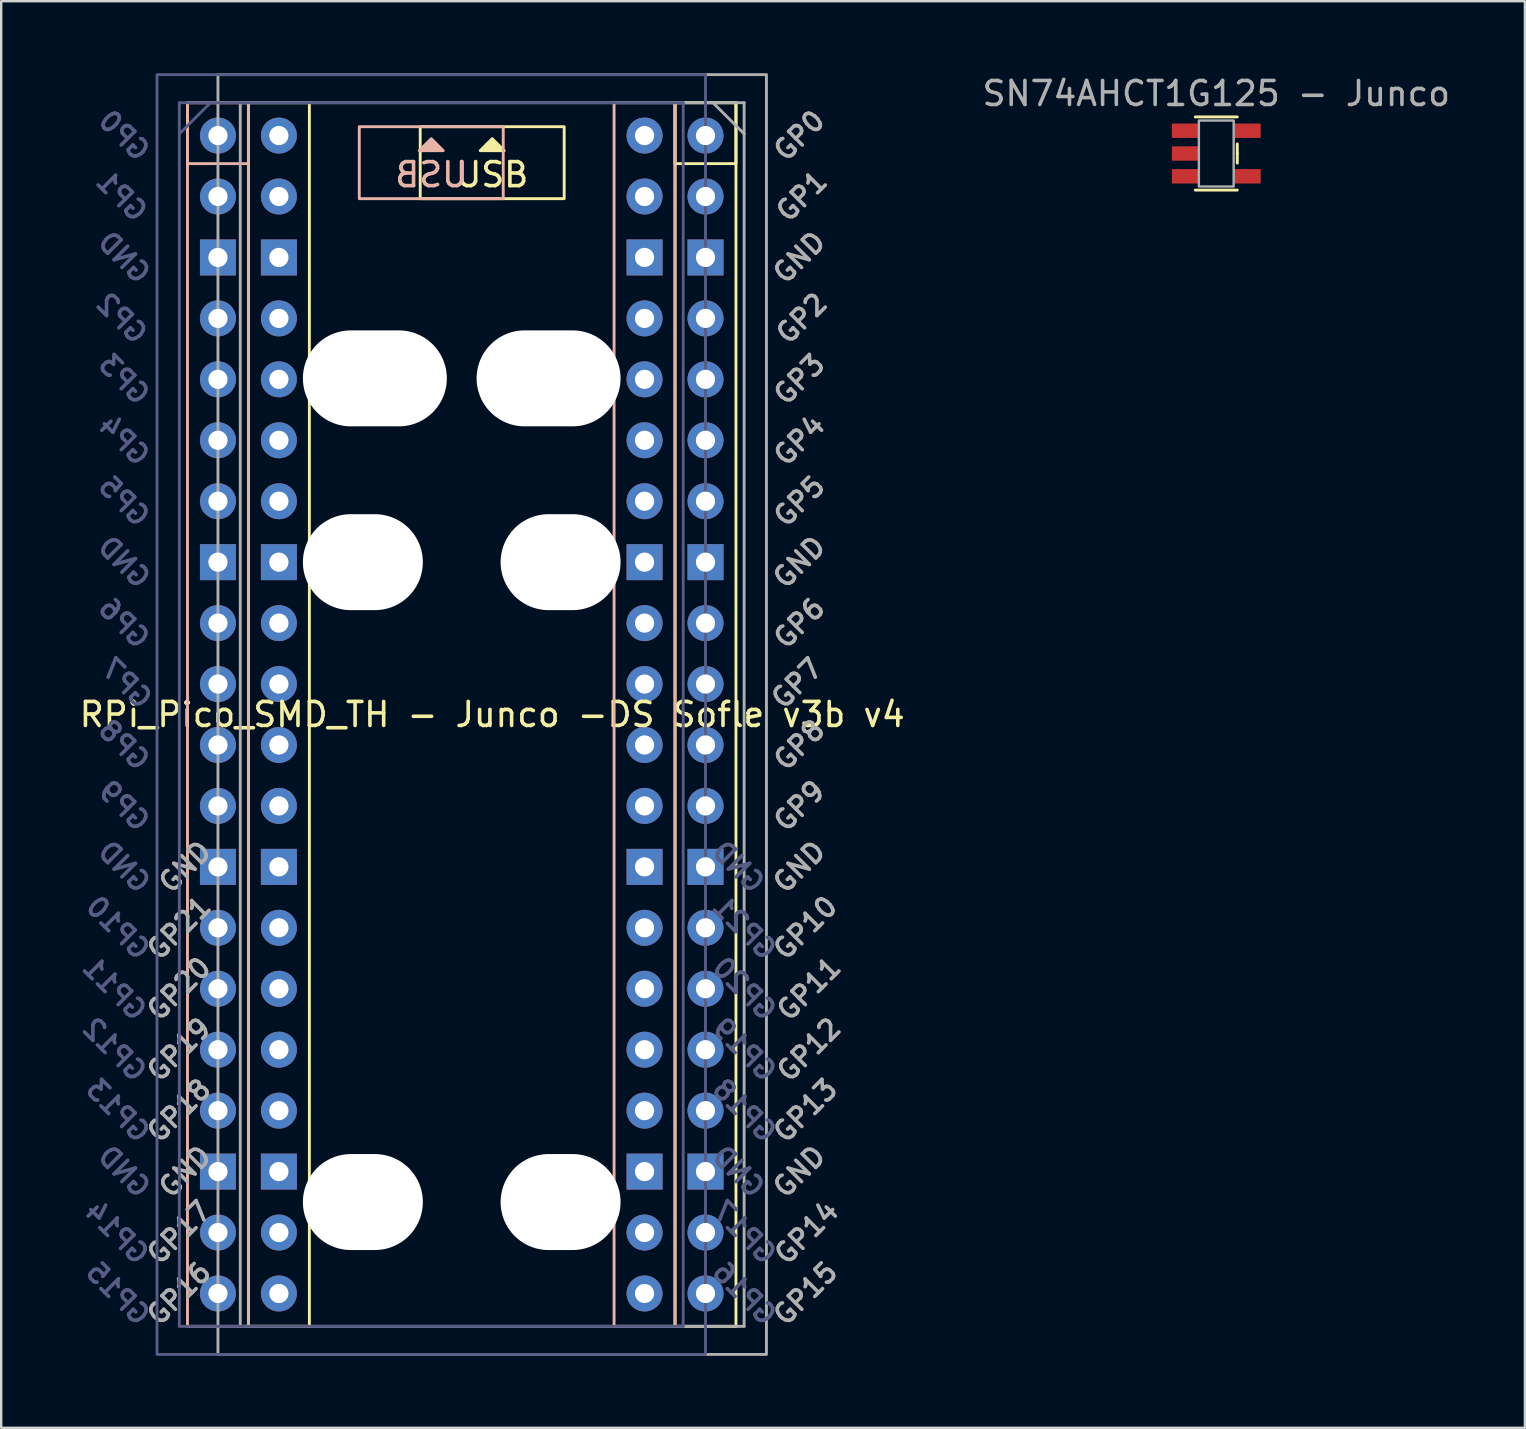
<source format=kicad_pcb>
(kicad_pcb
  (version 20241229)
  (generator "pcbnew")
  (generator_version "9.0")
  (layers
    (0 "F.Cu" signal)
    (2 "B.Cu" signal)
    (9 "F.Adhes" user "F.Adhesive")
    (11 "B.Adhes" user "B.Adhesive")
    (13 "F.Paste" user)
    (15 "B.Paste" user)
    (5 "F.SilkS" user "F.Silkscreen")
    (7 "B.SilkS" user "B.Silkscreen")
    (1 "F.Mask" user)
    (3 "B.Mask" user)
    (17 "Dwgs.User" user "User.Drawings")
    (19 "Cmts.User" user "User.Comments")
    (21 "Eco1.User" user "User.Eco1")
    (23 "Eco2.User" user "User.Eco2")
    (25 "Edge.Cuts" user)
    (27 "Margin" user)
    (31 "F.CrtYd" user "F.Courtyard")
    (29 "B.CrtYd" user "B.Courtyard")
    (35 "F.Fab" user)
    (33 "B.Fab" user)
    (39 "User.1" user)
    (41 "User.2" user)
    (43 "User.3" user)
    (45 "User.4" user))
  (footprint "RPi_Pico_SMD_TH - Junco -DS Sofle v3b v4"
    (layer "F.Cu")
    (at 16.194 26.73)
    (property "Reference" "RPi_Pico_SMD_TH - Junco -DS Sofle v3b v4" (at 1.27 0 0) (layer "F.SilkS") (effects (font (size 1 1) (thickness 0.15))))
    (attr through_hole)
    (fp_rect (start -6.35 -25.5) (end -8.89 25.5) (stroke (width 0.12) (type default)) (fill no) (layer "F.SilkS"))
    (fp_rect (start 4.27 -24.5) (end -1.73 -21.5) (stroke (width 0.12) (type solid)) (fill no) (layer "F.SilkS"))
    (fp_rect (start 11.43 -25.5) (end 8.89 -22.96) (stroke (width 0.12) (type default)) (fill no) (layer "F.SilkS"))
    (fp_rect (start 11.43 -25.5) (end 8.89 25.5) (stroke (width 0.12) (type default)) (fill no) (layer "F.SilkS"))
    (fp_poly (pts (xy 0.77 -23.5) (xy 1.77 -23.5) (xy 1.27 -24)) (stroke (width 0.12) (type solid)) (fill yes) (layer "F.SilkS"))
    (fp_rect (start -11.43 -25.5) (end -8.89 -22.96) (stroke (width 0.12) (type default)) (fill no) (layer "B.SilkS"))
    (fp_rect (start -11.43 -25.5) (end -8.89 25.5) (stroke (width 0.12) (type default)) (fill no) (layer "B.SilkS"))
    (fp_rect (start -4.27 -24.5) (end 1.73 -21.5) (stroke (width 0.12) (type solid)) (fill no) (layer "B.SilkS"))
    (fp_rect (start 6.35 -25.5) (end 8.89 25.5) (stroke (width 0.12) (type default)) (fill no) (layer "B.SilkS"))
    (fp_poly (pts (xy -0.77 -23.5) (xy -1.77 -23.5) (xy -1.27 -24)) (stroke (width 0.12) (type solid)) (fill yes) (layer "B.SilkS"))
    (fp_line (start -11.77 -25.5) (end 9.23 -25.5) (stroke (width 0.12) (type solid)) (layer "B.Fab"))
    (fp_line (start -11.77 -24.2) (end -10.47 -25.5) (stroke (width 0.12) (type solid)) (layer "B.Fab"))
    (fp_line (start -11.77 25.5) (end -11.77 -25.5) (stroke (width 0.12) (type solid)) (layer "B.Fab"))
    (fp_line (start 9.23 -25.5) (end 9.23 25.5) (stroke (width 0.12) (type solid)) (layer "B.Fab"))
    (fp_line (start 9.23 25.5) (end -11.77 25.5) (stroke (width 0.12) (type solid)) (layer "B.Fab"))
    (fp_rect (start -12.7 -26.67) (end 10.16 26.67) (stroke (width 0.12) (type solid)) (fill no) (layer "B.Fab"))
    (fp_line (start -9.23 -25.5) (end -9.23 25.5) (stroke (width 0.12) (type solid)) (layer "F.Fab"))
    (fp_line (start -9.23 25.5) (end 11.77 25.5) (stroke (width 0.12) (type solid)) (layer "F.Fab"))
    (fp_line (start 11.77 -25.5) (end -9.23 -25.5) (stroke (width 0.12) (type solid)) (layer "F.Fab"))
    (fp_line (start 11.77 -24.2) (end 10.47 -25.5) (stroke (width 0.12) (type solid)) (layer "F.Fab"))
    (fp_line (start 11.77 25.5) (end 11.77 -25.5) (stroke (width 0.12) (type solid)) (layer "F.Fab"))
    (fp_rect (start 12.7 -26.67) (end -10.16 26.67) (stroke (width 0.12) (type solid)) (fill no) (layer "F.Fab"))
    (fp_text user "USB" (at 1.27 -22.5 0) (unlocked yes) (layer "F.SilkS") (effects (font (size 1 1) (thickness 0.15))))
    (fp_text user "USB" (at -1.27 -22.5 0) (unlocked yes) (layer "B.SilkS") (effects (font (size 1 1) (thickness 0.15)) (justify mirror)))
    (fp_text user "GP10" (at -14.324 8.89 315) (layer "B.Fab") (effects (font (size 0.8 0.8) (thickness 0.15)) (justify mirror)))
    (fp_text user "GP3" (at -14.07 -13.97 315) (layer "B.Fab") (effects (font (size 0.8 0.8) (thickness 0.15)) (justify mirror)))
    (fp_text user "GP4" (at -14.07 -11.43 315) (layer "B.Fab") (effects (font (size 0.8 0.8) (thickness 0.15)) (justify mirror)))
    (fp_text user "GND" (at -14.07 -6.35 315) (layer "B.Fab") (effects (font (size 0.8 0.8) (thickness 0.15)) (justify mirror)))
    (fp_text user "GP21" (at 11.784 8.9 315) (layer "B.Fab") (effects (font (size 0.8 0.8) (thickness 0.15)) (justify mirror)))
    (fp_text user "GP6" (at -14.07 -3.81 315) (layer "B.Fab") (effects (font (size 0.8 0.8) (thickness 0.15)) (justify mirror)))
    (fp_text user "GP13" (at -14.324 16.51 315) (layer "B.Fab") (effects (font (size 0.8 0.8) (thickness 0.15)) (justify mirror)))
    (fp_text user "GP16" (at 11.784 24.13 315) (layer "B.Fab") (effects (font (size 0.8 0.8) (thickness 0.15)) (justify mirror)))
    (fp_text user "GND" (at 11.53 6.35 315) (layer "B.Fab") (effects (font (size 0.8 0.8) (thickness 0.15)) (justify mirror)))
    (fp_text user "GP14" (at -14.37 21.59 315) (layer "B.Fab") (effects (font (size 0.8 0.8) (thickness 0.15)) (justify mirror)))
    (fp_text user "GP2" (at -14.17 -16.51 315) (layer "B.Fab") (effects (font (size 0.8 0.8) (thickness 0.15)) (justify mirror)))
    (fp_text user "GP7" (at -13.97 -1.3 315) (layer "B.Fab") (effects (font (size 0.8 0.8) (thickness 0.15)) (justify mirror)))
    (fp_text user "GP18" (at 11.784 16.51 315) (layer "B.Fab") (effects (font (size 0.8 0.8) (thickness 0.15)) (justify mirror)))
    (fp_text user "GP8" (at -14.07 1.27 315) (layer "B.Fab") (effects (font (size 0.8 0.8) (thickness 0.15)) (justify mirror)))
    (fp_text user "GP12" (at -14.47 13.97 315) (layer "B.Fab") (effects (font (size 0.8 0.8) (thickness 0.15)) (justify mirror)))
    (fp_text user "GND" (at -14.07 -19.05 315) (layer "B.Fab") (effects (font (size 0.8 0.8) (thickness 0.15)) (justify mirror)))
    (fp_text user "GP15" (at -14.324 24.13 315) (layer "B.Fab") (effects (font (size 0.8 0.8) (thickness 0.15)) (justify mirror)))
    (fp_text user "GND" (at 11.53 19.05 315) (layer "B.Fab") (effects (font (size 0.8 0.8) (thickness 0.15)) (justify mirror)))
    (fp_text user "GP0" (at -14.07 -24.13 315) (layer "B.Fab") (effects (font (size 0.8 0.8) (thickness 0.15)) (justify mirror)))
    (fp_text user "GP9" (at -14.07 3.81 315) (layer "B.Fab") (effects (font (size 0.8 0.8) (thickness 0.15)) (justify mirror)))
    (fp_text user "GND" (at -14.07 6.35 315) (layer "B.Fab") (effects (font (size 0.8 0.8) (thickness 0.15)) (justify mirror)))
    (fp_text user "GP5" (at -14.07 -8.89 315) (layer "B.Fab") (effects (font (size 0.8 0.8) (thickness 0.15)) (justify mirror)))
    (fp_text user "GND" (at -14.07 19.05 315) (layer "B.Fab") (effects (font (size 0.8 0.8) (thickness 0.15)) (justify mirror)))
    (fp_text user "GP11" (at -14.47 11.43 315) (layer "B.Fab") (effects (font (size 0.8 0.8) (thickness 0.15)) (justify mirror)))
    (fp_text user "GP1" (at -14.17 -21.6 315) (layer "B.Fab") (effects (font (size 0.8 0.8) (thickness 0.15)) (justify mirror)))
    (fp_text user "GP20" (at 11.784 11.43 315) (layer "B.Fab") (effects (font (size 0.8 0.8) (thickness 0.15)) (justify mirror)))
    (fp_text user "GP17" (at 11.784 21.59 315) (layer "B.Fab") (effects (font (size 0.8 0.8) (thickness 0.15)) (justify mirror)))
    (fp_text user "GP19" (at 11.784 13.97 315) (layer "B.Fab") (effects (font (size 0.8 0.8) (thickness 0.15)) (justify mirror)))
    (fp_text user "GP1" (at 14.17 -21.6 45) (layer "F.Fab") (effects (font (size 0.8 0.8) (thickness 0.15))))
    (fp_text user "GND" (at 14.07 19.05 45) (layer "F.Fab") (effects (font (size 0.8 0.8) (thickness 0.15))))
    (fp_text user "GP3" (at 14.07 -13.97 45) (layer "F.Fab") (effects (font (size 0.8 0.8) (thickness 0.15))))
    (fp_text user "GP7" (at 13.97 -1.3 45) (layer "F.Fab") (effects (font (size 0.8 0.8) (thickness 0.15))))
    (fp_text user "GP9" (at 14.07 3.81 45) (layer "F.Fab") (effects (font (size 0.8 0.8) (thickness 0.15))))
    (fp_text user "GP11" (at 14.47 11.43 45) (layer "F.Fab") (effects (font (size 0.8 0.8) (thickness 0.15))))
    (fp_text user "GP14" (at 14.37 21.59 45) (layer "F.Fab") (effects (font (size 0.8 0.8) (thickness 0.15))))
    (fp_text user "GND" (at -11.53 19.05 45) (layer "F.Fab") (effects (font (size 0.8 0.8) (thickness 0.15))))
    (fp_text user "GP10" (at 14.324 8.89 45) (layer "F.Fab") (effects (font (size 0.8 0.8) (thickness 0.15))))
    (fp_text user "GP4" (at 14.07 -11.43 45) (layer "F.Fab") (effects (font (size 0.8 0.8) (thickness 0.15))))
    (fp_text user "GP19" (at -11.784 13.97 45) (layer "F.Fab") (effects (font (size 0.8 0.8) (thickness 0.15))))
    (fp_text user "GP6" (at 14.07 -3.81 45) (layer "F.Fab") (effects (font (size 0.8 0.8) (thickness 0.15))))
    (fp_text user "GP16" (at -11.784 24.13 45) (layer "F.Fab") (effects (font (size 0.8 0.8) (thickness 0.15))))
    (fp_text user "GND" (at 14.07 -19.05 45) (layer "F.Fab") (effects (font (size 0.8 0.8) (thickness 0.15))))
    (fp_text user "GND" (at 14.07 6.35 45) (layer "F.Fab") (effects (font (size 0.8 0.8) (thickness 0.15))))
    (fp_text user "GP21" (at -11.784 8.9 45) (layer "F.Fab") (effects (font (size 0.8 0.8) (thickness 0.15))))
    (fp_text user "GP2" (at 14.17 -16.51 45) (layer "F.Fab") (effects (font (size 0.8 0.8) (thickness 0.15))))
    (fp_text user "GP8" (at 14.07 1.27 45) (layer "F.Fab") (effects (font (size 0.8 0.8) (thickness 0.15))))
    (fp_text user "GP13" (at 14.324 16.51 45) (layer "F.Fab") (effects (font (size 0.8 0.8) (thickness 0.15))))
    (fp_text user "GND" (at 14.07 -6.35 45) (layer "F.Fab") (effects (font (size 0.8 0.8) (thickness 0.15))))
    (fp_text user "GP5" (at 14.07 -8.89 45) (layer "F.Fab") (effects (font (size 0.8 0.8) (thickness 0.15))))
    (fp_text user "GP20" (at -11.784 11.43 45) (layer "F.Fab") (effects (font (size 0.8 0.8) (thickness 0.15))))
    (fp_text user "GP18" (at -11.784 16.51 45) (layer "F.Fab") (effects (font (size 0.8 0.8) (thickness 0.15))))
    (fp_text user "GP15" (at 14.324 24.13 45) (layer "F.Fab") (effects (font (size 0.8 0.8) (thickness 0.15))))
    (fp_text user "GND" (at -11.53 6.35 45) (layer "F.Fab") (effects (font (size 0.8 0.8) (thickness 0.15))))
    (fp_text user "GP17" (at -11.784 21.59 45) (layer "F.Fab") (effects (font (size 0.8 0.8) (thickness 0.15))))
    (fp_text user "GP0" (at 14.07 -24.13 45) (layer "F.Fab") (effects (font (size 0.8 0.8) (thickness 0.15))))
    (fp_text user "GP12" (at 14.47 13.97 45) (layer "F.Fab") (effects (font (size 0.8 0.8) (thickness 0.15))))
    (pad "" np_thru_hole oval (at -4.12 -6.35) (size 5 4) (drill oval 5 4) (layers "*.Cu" "*.Mask"))
    (pad "" np_thru_hole oval (at -4.12 20.32) (size 5 4) (drill oval 5 4) (layers "*.Cu" "*.Mask"))
    (pad "" np_thru_hole oval (at -3.62 -14.01) (size 6 4) (drill oval 6 4) (layers "*.Cu" "*.Mask"))
    (pad "" np_thru_hole oval (at 3.62 -14.01) (size 6 4) (drill oval 6 4) (layers "*.Cu" "*.Mask"))
    (pad "" np_thru_hole oval (at 4.12 -6.35) (size 5 4) (drill oval 5 4) (layers "*.Cu" "*.Mask"))
    (pad "" np_thru_hole oval (at 4.12 20.32) (size 5 4) (drill oval 5 4) (layers "*.Cu" "*.Mask"))
    (pad "1" thru_hole circle (at -10.16 -24.13) (size 1.5 1.5) (drill 0.8) (layers "*.Cu" "F.Mask"))
    (pad "1" thru_hole circle (at 10.16 -24.13) (size 1.5 1.5) (drill 0.8) (layers "*.Cu" "B.Mask"))
    (pad "2" thru_hole circle (at -10.16 -21.59) (size 1.5 1.5) (drill 0.8) (layers "*.Cu" "F.Mask"))
    (pad "2" thru_hole circle (at 10.16 -21.59) (size 1.5 1.5) (drill 0.8) (layers "*.Cu" "B.Mask"))
    (pad "3" thru_hole rect (at -10.16 -19.05) (size 1.5 1.5) (drill 0.8) (layers "*.Cu" "F.Mask"))
    (pad "3" thru_hole rect (at 10.16 -19.05) (size 1.5 1.5) (drill 0.8) (layers "*.Cu" "B.Mask"))
    (pad "4" thru_hole circle (at -10.16 -16.51) (size 1.5 1.5) (drill 0.8) (layers "*.Cu" "F.Mask"))
    (pad "4" thru_hole circle (at 10.16 -16.51) (size 1.5 1.5) (drill 0.8) (layers "*.Cu" "B.Mask"))
    (pad "5" thru_hole circle (at -10.16 -13.97) (size 1.5 1.5) (drill 0.8) (layers "*.Cu" "F.Mask"))
    (pad "5" thru_hole circle (at 10.16 -13.97) (size 1.5 1.5) (drill 0.8) (layers "*.Cu" "B.Mask"))
    (pad "6" thru_hole circle (at -10.16 -11.43) (size 1.5 1.5) (drill 0.8) (layers "*.Cu" "F.Mask"))
    (pad "6" thru_hole circle (at 10.16 -11.43) (size 1.5 1.5) (drill 0.8) (layers "*.Cu" "B.Mask"))
    (pad "7" thru_hole circle (at -10.16 -8.89) (size 1.5 1.5) (drill 0.8) (layers "*.Cu" "F.Mask"))
    (pad "7" thru_hole circle (at 10.16 -8.89) (size 1.5 1.5) (drill 0.8) (layers "*.Cu" "B.Mask"))
    (pad "8" thru_hole rect (at -10.16 -6.35) (size 1.5 1.5) (drill 0.8) (layers "*.Cu" "F.Mask"))
    (pad "8" thru_hole rect (at 10.16 -6.35) (size 1.5 1.5) (drill 0.8) (layers "*.Cu" "B.Mask"))
    (pad "9" thru_hole circle (at -10.16 -3.81) (size 1.5 1.5) (drill 0.8) (layers "*.Cu" "F.Mask"))
    (pad "9" thru_hole circle (at 10.16 -3.81) (size 1.5 1.5) (drill 0.8) (layers "*.Cu" "B.Mask"))
    (pad "10" thru_hole circle (at -10.16 -1.27) (size 1.5 1.5) (drill 0.8) (layers "*.Cu" "F.Mask"))
    (pad "10" thru_hole circle (at 10.16 -1.27) (size 1.5 1.5) (drill 0.8) (layers "*.Cu" "B.Mask"))
    (pad "11" thru_hole circle (at -10.16 1.27) (size 1.5 1.5) (drill 0.8) (layers "*.Cu" "F.Mask"))
    (pad "11" thru_hole circle (at 10.16 1.27) (size 1.5 1.5) (drill 0.8) (layers "*.Cu" "B.Mask"))
    (pad "12" thru_hole circle (at -10.16 3.81) (size 1.5 1.5) (drill 0.8) (layers "*.Cu" "F.Mask"))
    (pad "12" thru_hole circle (at 10.16 3.81) (size 1.5 1.5) (drill 0.8) (layers "*.Cu" "B.Mask"))
    (pad "13" thru_hole rect (at -10.16 6.35) (size 1.5 1.5) (drill 0.8) (layers "*.Cu" "F.Mask"))
    (pad "13" thru_hole rect (at 10.16 6.35) (size 1.5 1.5) (drill 0.8) (layers "*.Cu" "B.Mask"))
    (pad "14" thru_hole circle (at -10.16 8.89) (size 1.5 1.5) (drill 0.8) (layers "*.Cu" "F.Mask"))
    (pad "14" thru_hole circle (at 10.16 8.89) (size 1.5 1.5) (drill 0.8) (layers "*.Cu" "B.Mask"))
    (pad "15" thru_hole circle (at -10.16 11.43) (size 1.5 1.5) (drill 0.8) (layers "*.Cu" "F.Mask"))
    (pad "15" thru_hole circle (at 10.16 11.43) (size 1.5 1.5) (drill 0.8) (layers "*.Cu" "B.Mask"))
    (pad "16" thru_hole circle (at -10.16 13.97) (size 1.5 1.5) (drill 0.8) (layers "*.Cu" "F.Mask"))
    (pad "16" thru_hole circle (at 10.16 13.97) (size 1.5 1.5) (drill 0.8) (layers "*.Cu" "B.Mask"))
    (pad "17" thru_hole circle (at -10.16 16.51) (size 1.5 1.5) (drill 0.8) (layers "*.Cu" "F.Mask"))
    (pad "17" thru_hole circle (at 10.16 16.51) (size 1.5 1.5) (drill 0.8) (layers "*.Cu" "B.Mask"))
    (pad "18" thru_hole rect (at -10.16 19.05) (size 1.5 1.5) (drill 0.8) (layers "*.Cu" "F.Mask"))
    (pad "18" thru_hole rect (at 10.16 19.05) (size 1.5 1.5) (drill 0.8) (layers "*.Cu" "B.Mask"))
    (pad "19" thru_hole circle (at -10.16 21.59) (size 1.5 1.5) (drill 0.8) (layers "*.Cu" "F.Mask"))
    (pad "19" thru_hole circle (at 10.16 21.59) (size 1.5 1.5) (drill 0.8) (layers "*.Cu" "B.Mask"))
    (pad "20" thru_hole circle (at -10.16 24.13) (size 1.5 1.5) (drill 0.8) (layers "*.Cu" "F.Mask"))
    (pad "20" thru_hole circle (at 10.16 24.13) (size 1.5 1.5) (drill 0.8) (layers "*.Cu" "B.Mask"))
    (pad "21" thru_hole circle (at -7.62 24.13) (size 1.5 1.5) (drill 0.8) (layers "*.Cu" "B.Mask"))
    (pad "21" thru_hole circle (at 7.62 24.13) (size 1.5 1.5) (drill 0.8) (layers "*.Cu" "F.Mask"))
    (pad "22" thru_hole circle (at -7.62 21.59) (size 1.5 1.5) (drill 0.8) (layers "*.Cu" "B.Mask"))
    (pad "22" thru_hole circle (at 7.62 21.59) (size 1.5 1.5) (drill 0.8) (layers "*.Cu" "F.Mask"))
    (pad "23" thru_hole rect (at -7.62 19.05) (size 1.5 1.5) (drill 0.8) (layers "*.Cu" "B.Mask"))
    (pad "23" thru_hole rect (at 7.62 19.05) (size 1.5 1.5) (drill 0.8) (layers "*.Cu" "F.Mask"))
    (pad "24" thru_hole circle (at -7.62 16.51) (size 1.5 1.5) (drill 0.8) (layers "*.Cu" "B.Mask"))
    (pad "24" thru_hole circle (at 7.62 16.51) (size 1.5 1.5) (drill 0.8) (layers "*.Cu" "F.Mask"))
    (pad "25" thru_hole circle (at -7.62 13.97) (size 1.5 1.5) (drill 0.8) (layers "*.Cu" "B.Mask"))
    (pad "25" thru_hole circle (at 7.62 13.97) (size 1.5 1.5) (drill 0.8) (layers "*.Cu" "F.Mask"))
    (pad "26" thru_hole circle (at -7.62 11.43) (size 1.5 1.5) (drill 0.8) (layers "*.Cu" "B.Mask"))
    (pad "26" thru_hole circle (at 7.62 11.43) (size 1.5 1.5) (drill 0.8) (layers "*.Cu" "F.Mask"))
    (pad "27" thru_hole circle (at -7.62 8.89) (size 1.5 1.5) (drill 0.8) (layers "*.Cu" "B.Mask"))
    (pad "27" thru_hole circle (at 7.62 8.89) (size 1.5 1.5) (drill 0.8) (layers "*.Cu" "F.Mask"))
    (pad "28" thru_hole rect (at -7.62 6.35) (size 1.5 1.5) (drill 0.8) (layers "*.Cu" "B.Mask"))
    (pad "28" thru_hole rect (at 7.62 6.35) (size 1.5 1.5) (drill 0.8) (layers "*.Cu" "F.Mask"))
    (pad "29" thru_hole circle (at -7.62 3.81) (size 1.5 1.5) (drill 0.8) (layers "*.Cu" "B.Mask"))
    (pad "29" thru_hole circle (at 7.62 3.81) (size 1.5 1.5) (drill 0.8) (layers "*.Cu" "F.Mask"))
    (pad "30" thru_hole circle (at -7.62 1.27) (size 1.5 1.5) (drill 0.8) (layers "*.Cu" "B.Mask"))
    (pad "30" thru_hole circle (at 7.62 1.27) (size 1.5 1.5) (drill 0.8) (layers "*.Cu" "F.Mask"))
    (pad "31" thru_hole circle (at -7.62 -1.27) (size 1.5 1.5) (drill 0.8) (layers "*.Cu" "B.Mask"))
    (pad "31" thru_hole circle (at 7.62 -1.27) (size 1.5 1.5) (drill 0.8) (layers "*.Cu" "F.Mask"))
    (pad "32" thru_hole circle (at -7.62 -3.81) (size 1.5 1.5) (drill 0.8) (layers "*.Cu" "B.Mask"))
    (pad "32" thru_hole circle (at 7.62 -3.81) (size 1.5 1.5) (drill 0.8) (layers "*.Cu" "F.Mask"))
    (pad "33" thru_hole rect (at -7.62 -6.35) (size 1.5 1.5) (drill 0.8) (layers "*.Cu" "B.Mask"))
    (pad "33" thru_hole rect (at 7.62 -6.35) (size 1.5 1.5) (drill 0.8) (layers "*.Cu" "F.Mask"))
    (pad "34" thru_hole circle (at -7.62 -8.89) (size 1.5 1.5) (drill 0.8) (layers "*.Cu" "B.Mask"))
    (pad "34" thru_hole circle (at 7.62 -8.89) (size 1.5 1.5) (drill 0.8) (layers "*.Cu" "F.Mask"))
    (pad "35" thru_hole circle (at -7.62 -11.43) (size 1.5 1.5) (drill 0.8) (layers "*.Cu" "B.Mask"))
    (pad "35" thru_hole circle (at 7.62 -11.43) (size 1.5 1.5) (drill 0.8) (layers "*.Cu" "F.Mask"))
    (pad "36" thru_hole circle (at -7.62 -13.97) (size 1.5 1.5) (drill 0.8) (layers "*.Cu" "B.Mask"))
    (pad "36" thru_hole circle (at 7.62 -13.97) (size 1.5 1.5) (drill 0.8) (layers "*.Cu" "F.Mask"))
    (pad "37" thru_hole circle (at -7.62 -16.51) (size 1.5 1.5) (drill 0.8) (layers "*.Cu" "B.Mask"))
    (pad "37" thru_hole circle (at 7.62 -16.51) (size 1.5 1.5) (drill 0.8) (layers "*.Cu" "F.Mask"))
    (pad "38" thru_hole rect (at -7.62 -19.05) (size 1.5 1.5) (drill 0.8) (layers "*.Cu" "B.Mask"))
    (pad "38" thru_hole rect (at 7.62 -19.05) (size 1.5 1.5) (drill 0.8) (layers "*.Cu" "F.Mask"))
    (pad "39" thru_hole circle (at -7.62 -21.59) (size 1.5 1.5) (drill 0.8) (layers "*.Cu" "B.Mask"))
    (pad "39" thru_hole circle (at 7.62 -21.59) (size 1.5 1.5) (drill 0.8) (layers "*.Cu" "F.Mask"))
    (pad "40" thru_hole circle (at -7.62 -24.13) (size 1.5 1.5) (drill 0.8) (layers "*.Cu" "B.Mask"))
    (pad "40" thru_hole circle (at 7.62 -24.13) (size 1.5 1.5) (drill 0.8) (layers "*.Cu" "F.Mask")))
  (footprint "SN74AHCT1G125 - Junco"
    (layer "F.Cu")
    (at 47.643 3.348)
    (property "Reference" "SN74AHCT1G125 - Junco" (at 0 -2.5 0) (unlocked yes) (layer "F.Fab") (effects (font (size 1 1) (thickness 0.15))))
    (attr smd)
    (fp_line (start -0.875 -1.525) (end 0.875 -1.525) (stroke (width 0.12) (type solid)) (layer "F.SilkS"))
    (fp_line (start 0.875 0) (end 0.875 -0.4) (stroke (width 0.12) (type solid)) (layer "F.SilkS"))
    (fp_line (start 0.875 0) (end 0.875 0.4) (stroke (width 0.12) (type solid)) (layer "F.SilkS"))
    (fp_line (start 0.875 1.525) (end -0.875 1.525) (stroke (width 0.12) (type solid)) (layer "F.SilkS"))
    (fp_rect (start -0.725 -1.375) (end 0.725 1.375) (stroke (width 0.1) (type solid)) (fill no) (layer "F.Fab"))
    (pad "1" smd rect (at -1.3 -0.95) (size 1.1 0.6) (layers "F.Cu" "F.Mask" "F.Paste"))
    (pad "2" smd rect (at -1.3 0) (size 1.1 0.6) (layers "F.Cu" "F.Mask" "F.Paste"))
    (pad "3" smd rect (at -1.3 0.95) (size 1.1 0.6) (layers "F.Cu" "F.Mask" "F.Paste"))
    (pad "4" smd rect (at 1.3 0.95) (size 1.1 0.6) (layers "F.Cu" "F.Mask" "F.Paste"))
    (pad "5" smd rect (at 1.3 -0.95) (size 1.1 0.6) (layers "F.Cu" "F.Mask" "F.Paste")))
  (gr_rect
    (start -3 -3)
    (end 60.506 56.46)
    (stroke (width 0.1) (type default))
    (fill no)
    (layer "Edge.Cuts")))
</source>
